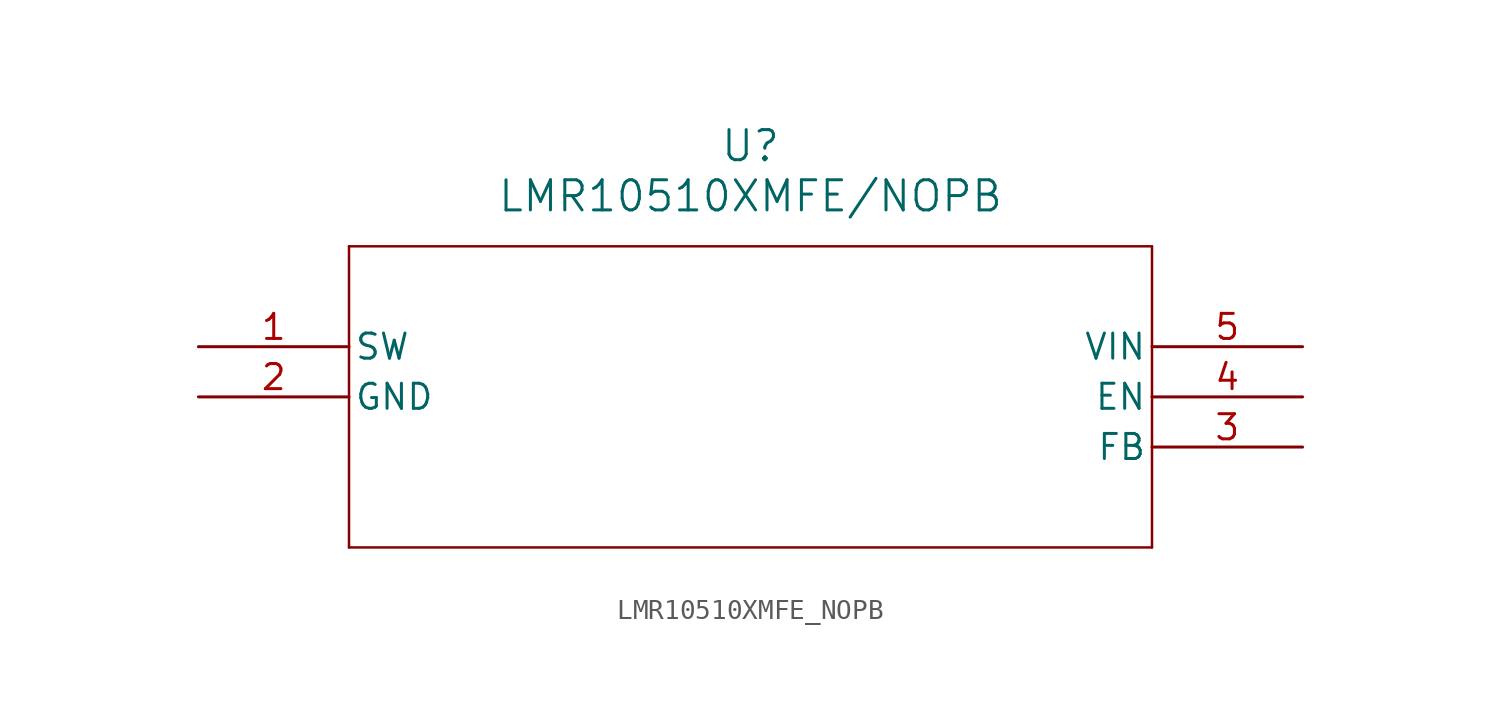
<source format=kicad_sym>
(kicad_symbol_lib
  (version 20211014)
  (generator kicad_symbol_editor)
  (symbol "LMR10510XMFE_NOPB"
    (pin_names
      (offset 0.254))
    (property "Reference" "U"
      (at 27.94 10.16 0)
      (effects (font (size 1.524 1.524))))
    (property "Value" "LMR10510XMFE/NOPB"
      (at 27.94 7.62 0)
      (effects (font (size 1.524 1.524))))
    (symbol "LMR10510XMFE_NOPB_0_1"
      (polyline (pts (xy 7.62 5.08) (xy 7.62 -10.16)) (stroke (width 0.127) (type default) (color 0 0 0 0)) (fill (type none)))
      (polyline (pts (xy 7.62 -10.16) (xy 48.26 -10.16)) (stroke (width 0.127) (type default) (color 0 0 0 0)) (fill (type none)))
      (polyline (pts (xy 48.26 -10.16) (xy 48.26 5.08)) (stroke (width 0.127) (type default) (color 0 0 0 0)) (fill (type none)))
      (polyline (pts (xy 48.26 5.08) (xy 7.62 5.08)) (stroke (width 0.127) (type default) (color 0 0 0 0)) (fill (type none)))
      (pin unspecified line (at 0 0 0) (length 7.62) (name "SW" (effects (font (size 1.27 1.27)))) (number "1" (effects (font (size 1.27 1.27)))))
      (pin power_in line (at 0 -2.54 0) (length 7.62) (name "GND" (effects (font (size 1.27 1.27)))) (number "2" (effects (font (size 1.27 1.27)))))
      (pin output line (at 55.88 -5.08 180) (length 7.62) (name "FB" (effects (font (size 1.27 1.27)))) (number "3" (effects (font (size 1.27 1.27)))))
      (pin input line (at 55.88 -2.54 180) (length 7.62) (name "EN" (effects (font (size 1.27 1.27)))) (number "4" (effects (font (size 1.27 1.27)))))
      (pin input line (at 55.88 0 180) (length 7.62) (name "VIN" (effects (font (size 1.27 1.27)))) (number "5" (effects (font (size 1.27 1.27))))))))
</source>
